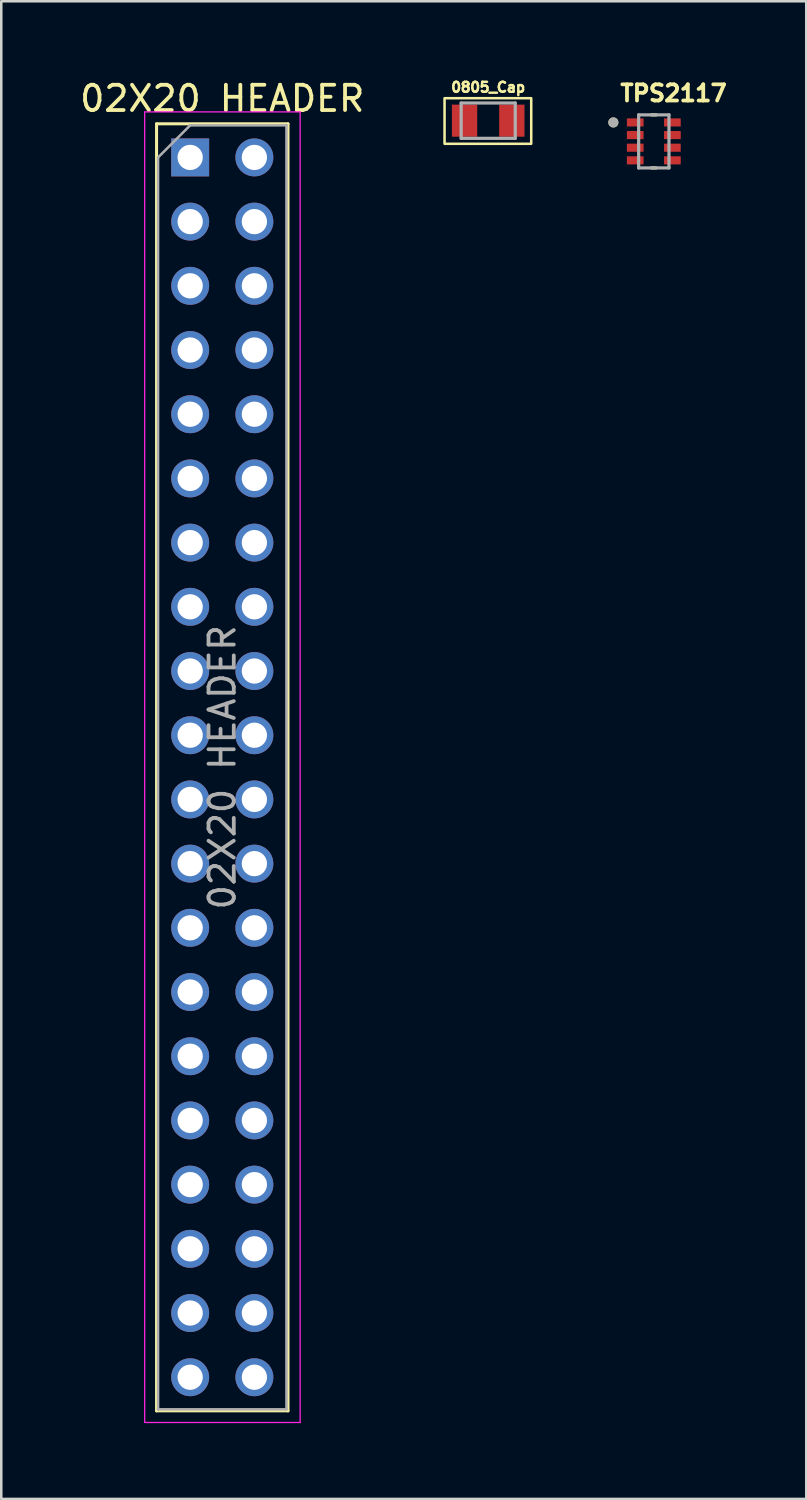
<source format=kicad_pcb>
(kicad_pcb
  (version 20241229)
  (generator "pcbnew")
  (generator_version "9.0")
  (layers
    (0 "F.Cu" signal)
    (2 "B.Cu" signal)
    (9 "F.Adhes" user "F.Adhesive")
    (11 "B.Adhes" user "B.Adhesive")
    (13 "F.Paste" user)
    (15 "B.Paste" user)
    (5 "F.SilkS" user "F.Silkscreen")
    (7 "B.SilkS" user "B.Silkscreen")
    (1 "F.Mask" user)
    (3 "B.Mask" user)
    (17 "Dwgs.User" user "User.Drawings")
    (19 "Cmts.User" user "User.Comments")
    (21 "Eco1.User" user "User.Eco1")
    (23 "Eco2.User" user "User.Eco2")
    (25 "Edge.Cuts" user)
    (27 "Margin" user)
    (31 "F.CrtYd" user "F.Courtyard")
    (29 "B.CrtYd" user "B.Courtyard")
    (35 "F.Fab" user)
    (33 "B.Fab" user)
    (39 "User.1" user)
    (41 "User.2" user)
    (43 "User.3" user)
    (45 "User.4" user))
  (footprint "0805_Cap"
    (layer "F.Cu")
    (at 16.265 1.724)
    (property "Reference" "0805_Cap" (at 0 -1.321 0) (layer "F.SilkS") (effects (font (size 0.394 0.394) (thickness 0.098))))
    (attr smd)
    (fp_rect (start -1.727 -0.889) (end 1.702 0.914) (stroke (width 0.1) (type default)) (fill no) (layer "F.SilkS"))
    (fp_line (start -1.07 0.7) (end -1.07 -0.7) (stroke (width 0.127) (type solid)) (layer "F.Fab"))
    (fp_line (start 1.07 -0.7) (end -1.07 -0.7) (stroke (width 0.127) (type solid)) (layer "F.Fab"))
    (fp_line (start 1.07 0.7) (end -1.07 0.7) (stroke (width 0.127) (type solid)) (layer "F.Fab"))
    (fp_line (start 1.07 0.7) (end 1.07 -0.7) (stroke (width 0.127) (type solid)) (layer "F.Fab"))
    (pad "1" smd rect (at -0.935 0) (size 1 1.27) (layers "F.Cu" "F.Mask" "F.Paste"))
    (pad "2" smd rect (at 0.935 0) (size 1 1.27) (layers "F.Cu" "F.Mask" "F.Paste")))
  (footprint "TPS2117"
    (layer "F.Cu")
    (at 22.817 2.544)
    (property "Reference" "TPS2117" (at 0.782 -1.906 0) (layer "F.SilkS") (effects (font (size 0.64 0.64) (thickness 0.15))))
    (attr smd)
    (fp_poly (pts (xy -1.115 -0.96) (xy -0.355 -0.96) (xy -0.355 -0.54) (xy -1.115 -0.54)) (stroke (width 0.01) (type solid)) (fill yes) (layer "F.Mask"))
    (fp_poly (pts (xy -1.115 -0.46) (xy -0.355 -0.46) (xy -0.355 -0.04) (xy -1.115 -0.04)) (stroke (width 0.01) (type solid)) (fill yes) (layer "F.Mask"))
    (fp_poly (pts (xy -1.115 0.04) (xy -0.355 0.04) (xy -0.355 0.46) (xy -1.115 0.46)) (stroke (width 0.01) (type solid)) (fill yes) (layer "F.Mask"))
    (fp_poly (pts (xy -1.115 0.54) (xy -0.355 0.54) (xy -0.355 0.96) (xy -1.115 0.96)) (stroke (width 0.01) (type solid)) (fill yes) (layer "F.Mask"))
    (fp_poly (pts (xy 0.355 -0.96) (xy 1.115 -0.96) (xy 1.115 -0.54) (xy 0.355 -0.54)) (stroke (width 0.01) (type solid)) (fill yes) (layer "F.Mask"))
    (fp_poly (pts (xy 0.355 -0.46) (xy 1.115 -0.46) (xy 1.115 -0.04) (xy 0.355 -0.04)) (stroke (width 0.01) (type solid)) (fill yes) (layer "F.Mask"))
    (fp_poly (pts (xy 0.355 0.04) (xy 1.115 0.04) (xy 1.115 0.46) (xy 0.355 0.46)) (stroke (width 0.01) (type solid)) (fill yes) (layer "F.Mask"))
    (fp_poly (pts (xy 0.355 0.54) (xy 1.115 0.54) (xy 1.115 0.96) (xy 0.355 0.96)) (stroke (width 0.01) (type solid)) (fill yes) (layer "F.Mask"))
    (fp_line (start -0.091 -1.05) (end 0.091 -1.05) (stroke (width 0.127) (type solid)) (layer "F.SilkS"))
    (fp_line (start 0.091 1.05) (end -0.091 1.05) (stroke (width 0.127) (type solid)) (layer "F.SilkS"))
    (fp_circle (center -1.6 -0.75) (end -1.5 -0.75) (stroke (width 0.2) (type solid)) (fill no) (layer "F.SilkS"))
    (fp_line (start -0.6 -1.05) (end 0.6 -1.05) (stroke (width 0.127) (type solid)) (layer "F.Fab"))
    (fp_line (start -0.6 1.05) (end -0.6 -1.05) (stroke (width 0.127) (type solid)) (layer "F.Fab"))
    (fp_line (start 0.6 -1.05) (end 0.6 1.05) (stroke (width 0.127) (type solid)) (layer "F.Fab"))
    (fp_line (start 0.6 1.05) (end -0.6 1.05) (stroke (width 0.127) (type solid)) (layer "F.Fab"))
    (fp_circle (center -1.6 -0.75) (end -1.5 -0.75) (stroke (width 0.2) (type solid)) (fill no) (layer "F.Fab"))
    (pad "1" smd rect (at -0.735 -0.75) (size 0.66 0.32) (layers "F.Cu" "F.Paste"))
    (pad "2" smd rect (at -0.735 -0.25) (size 0.66 0.32) (layers "F.Cu" "F.Paste"))
    (pad "3" smd rect (at -0.735 0.25) (size 0.66 0.32) (layers "F.Cu" "F.Paste"))
    (pad "4" smd rect (at -0.735 0.75) (size 0.66 0.32) (layers "F.Cu" "F.Paste"))
    (pad "5" smd rect (at 0.735 0.75) (size 0.66 0.32) (layers "F.Cu" "F.Paste"))
    (pad "6" smd rect (at 0.735 0.25) (size 0.66 0.32) (layers "F.Cu" "F.Paste"))
    (pad "7" smd rect (at 0.735 -0.25) (size 0.66 0.32) (layers "F.Cu" "F.Paste"))
    (pad "8" smd rect (at 0.735 -0.75) (size 0.66 0.32) (layers "F.Cu" "F.Paste")))
  (footprint "02X20 HEADER"
    (layer "F.Cu")
    (at 4.474 3.178)
    (property "Reference" "02X20 HEADER" (at 1.27 -2.33 0) (layer "F.SilkS") (effects (font (size 1 1) (thickness 0.15))))
    (attr through_hole)
    (fp_line (start -1.33 -1.33) (end -1.33 49.59) (stroke (width 0.12) (type solid)) (layer "F.SilkS"))
    (fp_line (start -1.33 -1.33) (end 3.87 -1.33) (stroke (width 0.12) (type solid)) (layer "F.SilkS"))
    (fp_line (start -1.33 49.59) (end 3.87 49.59) (stroke (width 0.12) (type solid)) (layer "F.SilkS"))
    (fp_line (start 3.87 -1.33) (end 3.87 49.59) (stroke (width 0.12) (type solid)) (layer "F.SilkS"))
    (fp_line (start -1.8 -1.8) (end -1.8 50.05) (stroke (width 0.05) (type solid)) (layer "F.CrtYd"))
    (fp_line (start -1.8 50.05) (end 4.35 50.05) (stroke (width 0.05) (type solid)) (layer "F.CrtYd"))
    (fp_line (start 4.35 -1.8) (end -1.8 -1.8) (stroke (width 0.05) (type solid)) (layer "F.CrtYd"))
    (fp_line (start 4.35 50.05) (end 4.35 -1.8) (stroke (width 0.05) (type solid)) (layer "F.CrtYd"))
    (fp_line (start -1.27 0) (end 0 -1.27) (stroke (width 0.1) (type solid)) (layer "F.Fab"))
    (fp_line (start -1.27 49.53) (end -1.27 0) (stroke (width 0.1) (type solid)) (layer "F.Fab"))
    (fp_line (start 0 -1.27) (end 3.81 -1.27) (stroke (width 0.1) (type solid)) (layer "F.Fab"))
    (fp_line (start 3.81 -1.27) (end 3.81 49.53) (stroke (width 0.1) (type solid)) (layer "F.Fab"))
    (fp_line (start 3.81 49.53) (end -1.27 49.53) (stroke (width 0.1) (type solid)) (layer "F.Fab"))
    (fp_text user "${REFERENCE}" (at 1.27 24.13 90) (layer "F.Fab") (effects (font (size 1 1) (thickness 0.15))))
    (pad "1" thru_hole rect (at 0 0) (size 1.5 1.5) (drill 1) (layers "*.Cu" "*.Mask"))
    (pad "2" thru_hole oval (at 2.54 0) (size 1.5 1.5) (drill 1) (layers "*.Cu" "*.Mask"))
    (pad "3" thru_hole oval (at 0 2.54) (size 1.5 1.5) (drill 1) (layers "*.Cu" "*.Mask"))
    (pad "4" thru_hole oval (at 2.54 2.54) (size 1.5 1.5) (drill 1) (layers "*.Cu" "*.Mask"))
    (pad "5" thru_hole oval (at 0 5.08) (size 1.5 1.5) (drill 1) (layers "*.Cu" "*.Mask"))
    (pad "6" thru_hole oval (at 2.54 5.08) (size 1.5 1.5) (drill 1) (layers "*.Cu" "*.Mask"))
    (pad "7" thru_hole oval (at 0 7.62) (size 1.5 1.5) (drill 1) (layers "*.Cu" "*.Mask"))
    (pad "8" thru_hole oval (at 2.54 7.62) (size 1.5 1.5) (drill 1) (layers "*.Cu" "*.Mask"))
    (pad "9" thru_hole circle (at 0 10.16) (size 1.5 1.5) (drill 1) (layers "*.Cu" "*.Mask"))
    (pad "10" thru_hole circle (at 2.54 10.16) (size 1.5 1.5) (drill 1) (layers "*.Cu" "*.Mask"))
    (pad "11" thru_hole circle (at 0 12.7) (size 1.5 1.5) (drill 1) (layers "*.Cu" "*.Mask"))
    (pad "12" thru_hole circle (at 2.54 12.7) (size 1.5 1.5) (drill 1) (layers "*.Cu" "*.Mask"))
    (pad "13" thru_hole circle (at 0 15.24) (size 1.5 1.5) (drill 1) (layers "*.Cu" "*.Mask"))
    (pad "14" thru_hole circle (at 2.54 15.24) (size 1.5 1.5) (drill 1) (layers "*.Cu" "*.Mask"))
    (pad "15" thru_hole circle (at 0 17.78) (size 1.5 1.5) (drill 1) (layers "*.Cu" "*.Mask"))
    (pad "16" thru_hole circle (at 2.54 17.78) (size 1.5 1.5) (drill 1) (layers "*.Cu" "*.Mask"))
    (pad "17" thru_hole circle (at 0 20.32) (size 1.5 1.5) (drill 1) (layers "*.Cu" "*.Mask"))
    (pad "18" thru_hole circle (at 2.54 20.32) (size 1.5 1.5) (drill 1) (layers "*.Cu" "*.Mask"))
    (pad "19" thru_hole circle (at 0 22.86) (size 1.5 1.5) (drill 1) (layers "*.Cu" "*.Mask"))
    (pad "20" thru_hole circle (at 2.54 22.86) (size 1.5 1.5) (drill 1) (layers "*.Cu" "*.Mask"))
    (pad "21" thru_hole circle (at 0 25.4) (size 1.5 1.5) (drill 1) (layers "*.Cu" "*.Mask"))
    (pad "22" thru_hole circle (at 2.54 25.4) (size 1.5 1.5) (drill 1) (layers "*.Cu" "*.Mask"))
    (pad "23" thru_hole circle (at 0 27.94) (size 1.5 1.5) (drill 1) (layers "*.Cu" "*.Mask"))
    (pad "24" thru_hole circle (at 2.54 27.94) (size 1.5 1.5) (drill 1) (layers "*.Cu" "*.Mask"))
    (pad "25" thru_hole circle (at 0 30.48) (size 1.5 1.5) (drill 1) (layers "*.Cu" "*.Mask"))
    (pad "26" thru_hole circle (at 2.54 30.48) (size 1.5 1.5) (drill 1) (layers "*.Cu" "*.Mask"))
    (pad "27" thru_hole circle (at 0 33.02) (size 1.5 1.5) (drill 1) (layers "*.Cu" "*.Mask"))
    (pad "28" thru_hole circle (at 2.54 33.02) (size 1.5 1.5) (drill 1) (layers "*.Cu" "*.Mask"))
    (pad "29" thru_hole circle (at 0 35.56) (size 1.5 1.5) (drill 1) (layers "*.Cu" "*.Mask"))
    (pad "30" thru_hole circle (at 2.54 35.56) (size 1.5 1.5) (drill 1) (layers "*.Cu" "*.Mask"))
    (pad "31" thru_hole circle (at 0 38.1) (size 1.5 1.5) (drill 1) (layers "*.Cu" "*.Mask"))
    (pad "32" thru_hole circle (at 2.54 38.1) (size 1.5 1.5) (drill 1) (layers "*.Cu" "*.Mask"))
    (pad "33" thru_hole circle (at 0 40.64) (size 1.5 1.5) (drill 1) (layers "*.Cu" "*.Mask"))
    (pad "34" thru_hole circle (at 2.54 40.64) (size 1.5 1.5) (drill 1) (layers "*.Cu" "*.Mask"))
    (pad "35" thru_hole circle (at 0 43.18) (size 1.5 1.5) (drill 1) (layers "*.Cu" "*.Mask"))
    (pad "36" thru_hole circle (at 2.54 43.18) (size 1.5 1.5) (drill 1) (layers "*.Cu" "*.Mask"))
    (pad "37" thru_hole circle (at 0 45.72) (size 1.5 1.5) (drill 1) (layers "*.Cu" "*.Mask"))
    (pad "38" thru_hole circle (at 2.54 45.72) (size 1.5 1.5) (drill 1) (layers "*.Cu" "*.Mask"))
    (pad "39" thru_hole circle (at 0 48.26) (size 1.5 1.5) (drill 1) (layers "*.Cu" "*.Mask"))
    (pad "40" thru_hole circle (at 2.54 48.26) (size 1.5 1.5) (drill 1) (layers "*.Cu" "*.Mask")))
  (gr_rect
    (start -3 -3)
    (end 28.848 56.253)
    (stroke (width 0.1) (type default))
    (fill no)
    (layer "Edge.Cuts")))
</source>
